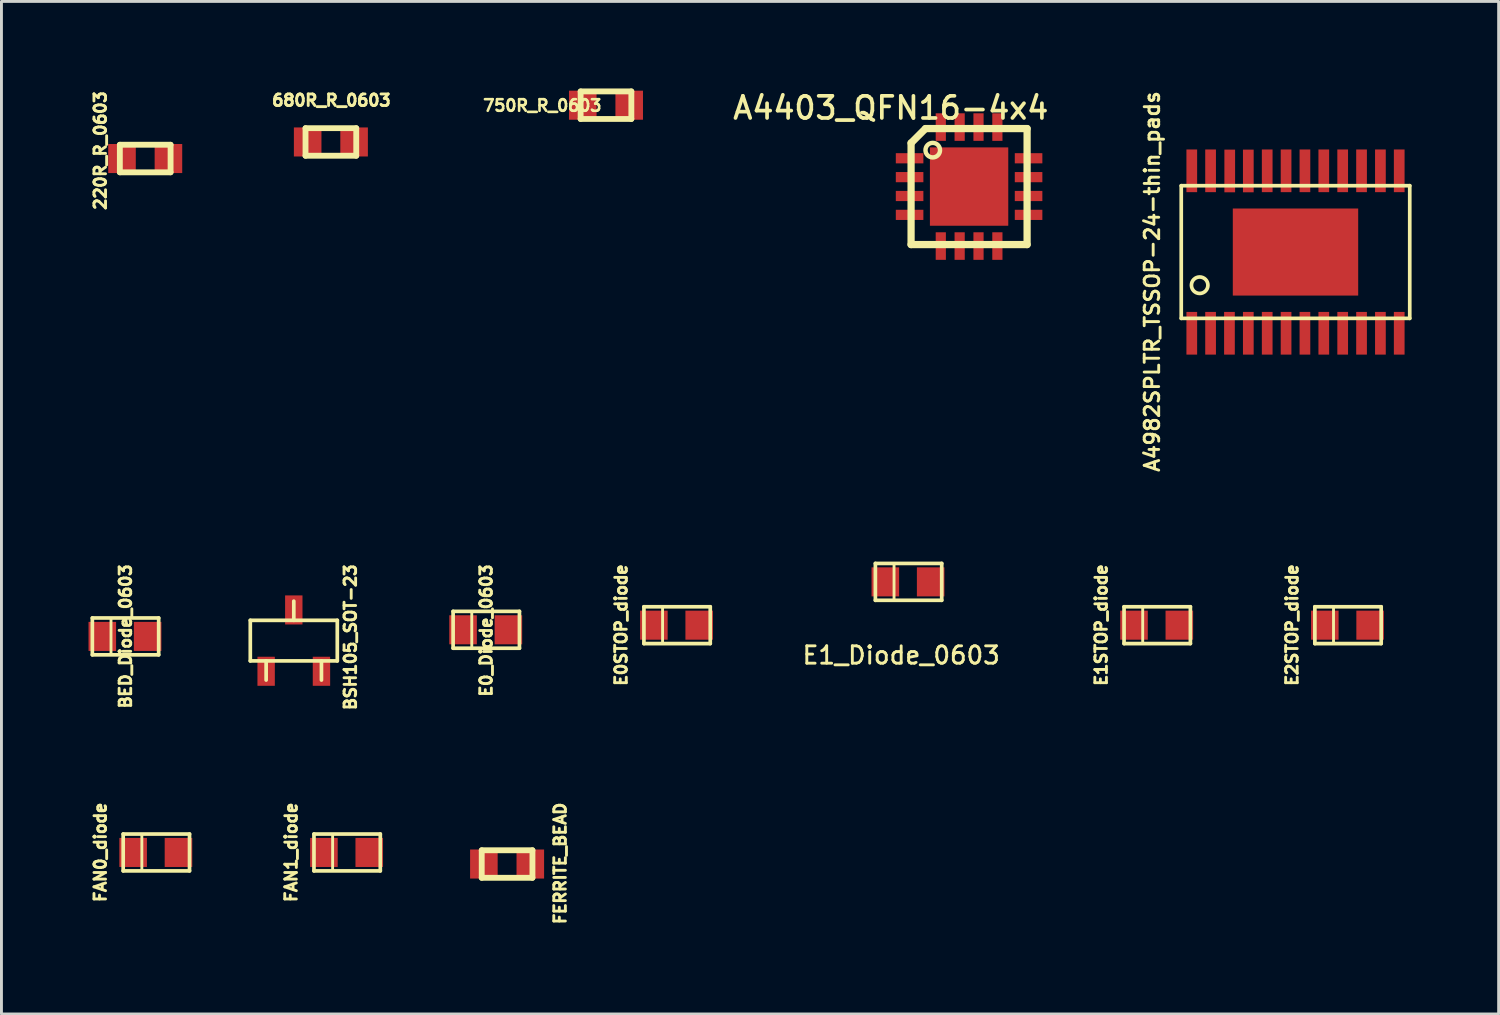
<source format=kicad_pcb>
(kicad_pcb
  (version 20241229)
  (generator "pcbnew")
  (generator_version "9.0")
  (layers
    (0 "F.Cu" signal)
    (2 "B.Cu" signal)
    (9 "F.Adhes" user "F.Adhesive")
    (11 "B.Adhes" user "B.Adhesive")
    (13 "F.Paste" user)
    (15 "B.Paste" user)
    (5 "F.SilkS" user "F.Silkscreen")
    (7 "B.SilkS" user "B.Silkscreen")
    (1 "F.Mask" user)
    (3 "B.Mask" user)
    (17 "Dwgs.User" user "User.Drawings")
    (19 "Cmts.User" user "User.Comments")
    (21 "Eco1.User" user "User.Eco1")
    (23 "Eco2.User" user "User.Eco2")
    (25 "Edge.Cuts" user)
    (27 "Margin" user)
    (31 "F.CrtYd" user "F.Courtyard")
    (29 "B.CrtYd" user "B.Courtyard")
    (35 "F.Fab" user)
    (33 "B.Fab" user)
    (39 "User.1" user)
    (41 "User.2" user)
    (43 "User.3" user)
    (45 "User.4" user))
  (footprint "E1STOP_diode"
    (layer "F.Cu")
    (at 36.827 18.493)
    (property "Reference" "E1STOP_diode" (at -1.93 -0.003 90) (layer "F.SilkS") (effects (font (size 0.399 0.399) (thickness 0.099))))
    (attr smd)
    (fp_line (start -1.143 -0.635) (end 1.143 -0.635) (stroke (width 0.127) (type solid)) (layer "F.SilkS"))
    (fp_line (start -1.143 0.635) (end -1.143 -0.635) (stroke (width 0.127) (type solid)) (layer "F.SilkS"))
    (fp_line (start -0.5 -0.599) (end -0.5 0.599) (stroke (width 0.099) (type solid)) (layer "F.SilkS"))
    (fp_line (start 1.143 -0.635) (end 1.143 0.635) (stroke (width 0.127) (type solid)) (layer "F.SilkS"))
    (fp_line (start 1.143 0.635) (end -1.143 0.635) (stroke (width 0.127) (type solid)) (layer "F.SilkS"))
    (pad "1" smd rect (at 0.762 0) (size 0.95 1.001) (layers "F.Cu" "F.Mask" "F.Paste"))
    (pad "2" smd rect (at -0.8 0) (size 0.95 1.001) (layers "F.Cu" "F.Mask" "F.Paste")))
  (footprint "FAN0_diode"
    (layer "F.Cu")
    (at 2.338 26.325)
    (property "Reference" "FAN0_diode" (at -1.93 -0.003 90) (layer "F.SilkS") (effects (font (size 0.399 0.399) (thickness 0.099))))
    (attr smd)
    (fp_line (start -1.143 -0.635) (end 1.143 -0.635) (stroke (width 0.127) (type solid)) (layer "F.SilkS"))
    (fp_line (start -1.143 0.635) (end -1.143 -0.635) (stroke (width 0.127) (type solid)) (layer "F.SilkS"))
    (fp_line (start -0.5 -0.599) (end -0.5 0.599) (stroke (width 0.099) (type solid)) (layer "F.SilkS"))
    (fp_line (start 1.143 -0.635) (end 1.143 0.635) (stroke (width 0.127) (type solid)) (layer "F.SilkS"))
    (fp_line (start 1.143 0.635) (end -1.143 0.635) (stroke (width 0.127) (type solid)) (layer "F.SilkS"))
    (pad "1" smd rect (at 0.762 0) (size 0.95 1.001) (layers "F.Cu" "F.Mask" "F.Paste"))
    (pad "2" smd rect (at -0.8 0) (size 0.95 1.001) (layers "F.Cu" "F.Mask" "F.Paste")))
  (footprint "A4403_QFN16-4x4"
    (layer "F.Cu")
    (at 30.344 3.379)
    (property "Reference" "A4403_QFN16-4x4" (at -2.698 -2.71 0) (layer "F.SilkS") (effects (font (size 0.762 0.762) (thickness 0.127))))
    (attr smd)
    (fp_line (start -1.999 -1.501) (end -1.999 1.999) (stroke (width 0.249) (type solid)) (layer "F.SilkS"))
    (fp_line (start -1.501 -1.999) (end -1.999 -1.501) (stroke (width 0.249) (type solid)) (layer "F.SilkS"))
    (fp_line (start 1.999 -1.999) (end -1.501 -1.999) (stroke (width 0.249) (type solid)) (layer "F.SilkS"))
    (fp_line (start 1.999 -1.999) (end 1.999 1.999) (stroke (width 0.249) (type solid)) (layer "F.SilkS"))
    (fp_line (start 1.999 1.999) (end -1.999 1.999) (stroke (width 0.249) (type solid)) (layer "F.SilkS"))
    (fp_circle (center -1.252 -1.255) (end -1.252 -1.506) (stroke (width 0.152) (type solid)) (fill no) (layer "F.SilkS"))
    (pad "1" smd rect (at -2.05 -0.975) (size 0.95 0.351) (layers "F.Cu" "F.Mask" "F.Paste"))
    (pad "2" smd rect (at -2.05 -0.325) (size 0.95 0.351) (layers "F.Cu" "F.Mask" "F.Paste"))
    (pad "3" smd rect (at -2.05 0.325) (size 0.95 0.351) (layers "F.Cu" "F.Mask" "F.Paste"))
    (pad "4" smd rect (at -2.05 0.975) (size 0.95 0.351) (layers "F.Cu" "F.Mask" "F.Paste"))
    (pad "5" smd rect (at -0.975 2.05) (size 0.351 0.95) (layers "F.Cu" "F.Mask" "F.Paste"))
    (pad "6" smd rect (at -0.325 2.05) (size 0.351 0.95) (layers "F.Cu" "F.Mask" "F.Paste"))
    (pad "7" smd rect (at 0.325 2.05) (size 0.351 0.95) (layers "F.Cu" "F.Mask" "F.Paste"))
    (pad "8" smd rect (at 0.975 2.05) (size 0.351 0.95) (layers "F.Cu" "F.Mask" "F.Paste"))
    (pad "9" smd rect (at 2.05 0.975) (size 0.95 0.351) (layers "F.Cu" "F.Mask" "F.Paste"))
    (pad "10" smd rect (at 2.05 0.325) (size 0.95 0.351) (layers "F.Cu" "F.Mask" "F.Paste"))
    (pad "11" smd rect (at 2.05 -0.325) (size 0.95 0.351) (layers "F.Cu" "F.Mask" "F.Paste"))
    (pad "12" smd rect (at 2.05 -0.975) (size 0.95 0.351) (layers "F.Cu" "F.Mask" "F.Paste"))
    (pad "13" smd rect (at 0.975 -2.05) (size 0.351 0.95) (layers "F.Cu" "F.Mask" "F.Paste"))
    (pad "14" smd rect (at 0.325 -2.05) (size 0.351 0.95) (layers "F.Cu" "F.Mask" "F.Paste"))
    (pad "15" smd rect (at -0.325 -2.05) (size 0.351 0.95) (layers "F.Cu" "F.Mask" "F.Paste"))
    (pad "16" smd rect (at -0.975 -2.05) (size 0.351 0.95) (layers "F.Cu" "F.Mask" "F.Paste"))
    (pad "17" smd rect (at 0 0) (size 2.7 2.7) (layers "F.Cu" "F.Mask" "F.Paste")))
  (footprint "E1_Diode_0603"
    (layer "F.Cu")
    (at 28.258 17.001)
    (property "Reference" "E1_Diode_0603" (at -0.254 2.53 0) (layer "F.SilkS") (effects (font (size 0.599 0.599) (thickness 0.099))))
    (attr smd)
    (fp_line (start -1.143 -0.635) (end 1.143 -0.635) (stroke (width 0.127) (type solid)) (layer "F.SilkS"))
    (fp_line (start -1.143 0.635) (end -1.143 -0.635) (stroke (width 0.127) (type solid)) (layer "F.SilkS"))
    (fp_line (start -0.5 -0.599) (end -0.5 0.599) (stroke (width 0.099) (type solid)) (layer "F.SilkS"))
    (fp_line (start 1.143 -0.635) (end 1.143 0.635) (stroke (width 0.127) (type solid)) (layer "F.SilkS"))
    (fp_line (start 1.143 0.635) (end -1.143 0.635) (stroke (width 0.127) (type solid)) (layer "F.SilkS"))
    (pad "1" smd rect (at 0.762 0) (size 0.95 1.001) (layers "F.Cu" "F.Mask" "F.Paste"))
    (pad "2" smd rect (at -0.8 0) (size 0.95 1.001) (layers "F.Cu" "F.Mask" "F.Paste")))
  (footprint "FAN1_diode"
    (layer "F.Cu")
    (at 8.912 26.325)
    (property "Reference" "FAN1_diode" (at -1.93 -0.003 90) (layer "F.SilkS") (effects (font (size 0.399 0.399) (thickness 0.099))))
    (attr smd)
    (fp_line (start -1.143 -0.635) (end 1.143 -0.635) (stroke (width 0.127) (type solid)) (layer "F.SilkS"))
    (fp_line (start -1.143 0.635) (end -1.143 -0.635) (stroke (width 0.127) (type solid)) (layer "F.SilkS"))
    (fp_line (start -0.5 -0.599) (end -0.5 0.599) (stroke (width 0.099) (type solid)) (layer "F.SilkS"))
    (fp_line (start 1.143 -0.635) (end 1.143 0.635) (stroke (width 0.127) (type solid)) (layer "F.SilkS"))
    (fp_line (start 1.143 0.635) (end -1.143 0.635) (stroke (width 0.127) (type solid)) (layer "F.SilkS"))
    (pad "1" smd rect (at 0.762 0) (size 0.95 1.001) (layers "F.Cu" "F.Mask" "F.Paste"))
    (pad "2" smd rect (at -0.8 0) (size 0.95 1.001) (layers "F.Cu" "F.Mask" "F.Paste")))
  (footprint "E0_Diode_0603"
    (layer "F.Cu")
    (at 13.707 18.652)
    (property "Reference" "E0_Diode_0603" (at -0.005 0.025 90) (layer "F.SilkS") (effects (font (size 0.4 0.4) (thickness 0.099))))
    (attr smd)
    (fp_line (start -1.143 -0.635) (end 1.143 -0.635) (stroke (width 0.127) (type solid)) (layer "F.SilkS"))
    (fp_line (start -1.143 0.635) (end -1.143 -0.635) (stroke (width 0.127) (type solid)) (layer "F.SilkS"))
    (fp_line (start -0.5 -0.599) (end -0.5 0.599) (stroke (width 0.099) (type solid)) (layer "F.SilkS"))
    (fp_line (start 1.143 -0.635) (end 1.143 0.635) (stroke (width 0.127) (type solid)) (layer "F.SilkS"))
    (fp_line (start 1.143 0.635) (end -1.143 0.635) (stroke (width 0.127) (type solid)) (layer "F.SilkS"))
    (pad "1" smd rect (at 0.762 0) (size 0.95 1.001) (layers "F.Cu" "F.Mask" "F.Paste"))
    (pad "2" smd rect (at -0.8 0) (size 0.95 1.001) (layers "F.Cu" "F.Mask" "F.Paste")))
  (footprint "E2STOP_diode"
    (layer "F.Cu")
    (at 43.402 18.493)
    (property "Reference" "E2STOP_diode" (at -1.93 -0.003 90) (layer "F.SilkS") (effects (font (size 0.399 0.399) (thickness 0.099))))
    (attr smd)
    (fp_line (start -1.143 -0.635) (end 1.143 -0.635) (stroke (width 0.127) (type solid)) (layer "F.SilkS"))
    (fp_line (start -1.143 0.635) (end -1.143 -0.635) (stroke (width 0.127) (type solid)) (layer "F.SilkS"))
    (fp_line (start -0.5 -0.599) (end -0.5 0.599) (stroke (width 0.099) (type solid)) (layer "F.SilkS"))
    (fp_line (start 1.143 -0.635) (end 1.143 0.635) (stroke (width 0.127) (type solid)) (layer "F.SilkS"))
    (fp_line (start 1.143 0.635) (end -1.143 0.635) (stroke (width 0.127) (type solid)) (layer "F.SilkS"))
    (pad "1" smd rect (at 0.762 0) (size 0.95 1.001) (layers "F.Cu" "F.Mask" "F.Paste"))
    (pad "2" smd rect (at -0.8 0) (size 0.95 1.001) (layers "F.Cu" "F.Mask" "F.Paste")))
  (footprint "E0STOP_diode"
    (layer "F.Cu")
    (at 20.282 18.493)
    (property "Reference" "E0STOP_diode" (at -1.93 -0.003 90) (layer "F.SilkS") (effects (font (size 0.399 0.399) (thickness 0.099))))
    (attr smd)
    (fp_line (start -1.143 -0.635) (end 1.143 -0.635) (stroke (width 0.127) (type solid)) (layer "F.SilkS"))
    (fp_line (start -1.143 0.635) (end -1.143 -0.635) (stroke (width 0.127) (type solid)) (layer "F.SilkS"))
    (fp_line (start -0.5 -0.599) (end -0.5 0.599) (stroke (width 0.099) (type solid)) (layer "F.SilkS"))
    (fp_line (start 1.143 -0.635) (end 1.143 0.635) (stroke (width 0.127) (type solid)) (layer "F.SilkS"))
    (fp_line (start 1.143 0.635) (end -1.143 0.635) (stroke (width 0.127) (type solid)) (layer "F.SilkS"))
    (pad "1" smd rect (at 0.762 0) (size 0.95 1.001) (layers "F.Cu" "F.Mask" "F.Paste"))
    (pad "2" smd rect (at -0.8 0) (size 0.95 1.001) (layers "F.Cu" "F.Mask" "F.Paste")))
  (footprint "750R_R_0603"
    (layer "F.Cu")
    (at 17.832 0.575)
    (property "Reference" "750R_R_0603" (at -2.195 0.012 0) (layer "F.SilkS") (effects (font (size 0.399 0.399) (thickness 0.09))))
    (attr smd)
    (fp_line (start -0.874 -0.475) (end 0.874 -0.475) (stroke (width 0.201) (type solid)) (layer "F.SilkS"))
    (fp_line (start -0.874 0.475) (end -0.874 -0.475) (stroke (width 0.201) (type solid)) (layer "F.SilkS"))
    (fp_line (start 0.874 -0.475) (end 0.874 0.475) (stroke (width 0.201) (type solid)) (layer "F.SilkS"))
    (fp_line (start 0.874 0.475) (end -0.874 0.475) (stroke (width 0.201) (type solid)) (layer "F.SilkS"))
    (pad "1" smd rect (at -0.8 0) (size 0.95 1.001) (layers "F.Cu" "F.Mask" "F.Paste"))
    (pad "2" smd rect (at 0.8 0) (size 0.95 1.001) (layers "F.Cu" "F.Mask" "F.Paste")))
  (footprint "220R_R_0603"
    (layer "F.Cu")
    (at 1.954 2.413)
    (property "Reference" "220R_R_0603" (at -1.547 -0.273 90) (layer "F.SilkS") (effects (font (size 0.399 0.399) (thickness 0.099))))
    (attr smd)
    (fp_line (start -0.874 -0.475) (end 0.874 -0.475) (stroke (width 0.201) (type solid)) (layer "F.SilkS"))
    (fp_line (start -0.874 0.475) (end -0.874 -0.475) (stroke (width 0.201) (type solid)) (layer "F.SilkS"))
    (fp_line (start 0.874 -0.475) (end 0.874 0.475) (stroke (width 0.201) (type solid)) (layer "F.SilkS"))
    (fp_line (start 0.874 0.475) (end -0.874 0.475) (stroke (width 0.201) (type solid)) (layer "F.SilkS"))
    (pad "1" smd rect (at -0.8 0) (size 0.95 1.001) (layers "F.Cu" "F.Mask" "F.Paste"))
    (pad "2" smd rect (at 0.8 0) (size 0.95 1.001) (layers "F.Cu" "F.Mask" "F.Paste")))
  (footprint "680R_R_0603"
    (layer "F.Cu")
    (at 8.352 1.842)
    (property "Reference" "680R_R_0603" (at 0.017 -1.435 0) (layer "F.SilkS") (effects (font (size 0.399 0.399) (thickness 0.099))))
    (attr smd)
    (fp_line (start -0.874 -0.475) (end 0.874 -0.475) (stroke (width 0.201) (type solid)) (layer "F.SilkS"))
    (fp_line (start -0.874 0.475) (end -0.874 -0.475) (stroke (width 0.201) (type solid)) (layer "F.SilkS"))
    (fp_line (start 0.874 -0.475) (end 0.874 0.475) (stroke (width 0.201) (type solid)) (layer "F.SilkS"))
    (fp_line (start 0.874 0.475) (end -0.874 0.475) (stroke (width 0.201) (type solid)) (layer "F.SilkS"))
    (pad "1" smd rect (at -0.8 0) (size 0.95 1.001) (layers "F.Cu" "F.Mask" "F.Paste"))
    (pad "2" smd rect (at 0.8 0) (size 0.95 1.001) (layers "F.Cu" "F.Mask" "F.Paste")))
  (footprint "BED_Diode_0603"
    (layer "F.Cu")
    (at 1.275 18.88)
    (property "Reference" "BED_Diode_0603" (at 0 0 90) (layer "F.SilkS") (effects (font (size 0.399 0.399) (thickness 0.099))))
    (attr smd)
    (fp_line (start -1.143 -0.635) (end 1.143 -0.635) (stroke (width 0.127) (type solid)) (layer "F.SilkS"))
    (fp_line (start -1.143 0.635) (end -1.143 -0.635) (stroke (width 0.127) (type solid)) (layer "F.SilkS"))
    (fp_line (start -0.5 -0.599) (end -0.5 0.599) (stroke (width 0.099) (type solid)) (layer "F.SilkS"))
    (fp_line (start 1.143 -0.635) (end 1.143 0.635) (stroke (width 0.127) (type solid)) (layer "F.SilkS"))
    (fp_line (start 1.143 0.635) (end -1.143 0.635) (stroke (width 0.127) (type solid)) (layer "F.SilkS"))
    (pad "1" smd rect (at 0.762 0) (size 0.95 1.001) (layers "F.Cu" "F.Mask" "F.Paste"))
    (pad "2" smd rect (at -0.8 0) (size 0.95 1.001) (layers "F.Cu" "F.Mask" "F.Paste")))
  (footprint "FERRITE_BEAD"
    (layer "F.Cu")
    (at 14.424 26.724)
    (property "Reference" "FERRITE_BEAD" (at 1.829 -0.022 90) (layer "F.SilkS") (effects (font (size 0.399 0.399) (thickness 0.099))))
    (attr smd)
    (fp_line (start -0.874 -0.475) (end 0.874 -0.475) (stroke (width 0.201) (type solid)) (layer "F.SilkS"))
    (fp_line (start -0.874 0.475) (end -0.874 -0.475) (stroke (width 0.201) (type solid)) (layer "F.SilkS"))
    (fp_line (start 0.874 -0.475) (end 0.874 0.475) (stroke (width 0.201) (type solid)) (layer "F.SilkS"))
    (fp_line (start 0.874 0.475) (end -0.874 0.475) (stroke (width 0.201) (type solid)) (layer "F.SilkS"))
    (pad "1" smd rect (at -0.8 0) (size 0.95 1.001) (layers "F.Cu" "F.Mask" "F.Paste"))
    (pad "2" smd rect (at 0.8 0) (size 0.95 1.001) (layers "F.Cu" "F.Mask" "F.Paste")))
  (footprint "BSH105_SOT-23"
    (layer "F.Cu")
    (at 7.074 19.025)
    (property "Reference" "BSH105_SOT-23" (at 1.951 -0.117 90) (layer "F.SilkS") (effects (font (size 0.399 0.399) (thickness 0.099))))
    (attr smd)
    (fp_line (start -1.499 -0.699) (end 1.499 -0.699) (stroke (width 0.127) (type solid)) (layer "F.SilkS"))
    (fp_line (start -1.499 0.699) (end -1.499 -0.699) (stroke (width 0.127) (type solid)) (layer "F.SilkS"))
    (fp_line (start -0.953 0.699) (end -0.953 1.359) (stroke (width 0.127) (type solid)) (layer "F.SilkS"))
    (fp_line (start 0 -0.699) (end 0 -1.359) (stroke (width 0.127) (type solid)) (layer "F.SilkS"))
    (fp_line (start 0.953 0.699) (end 0.953 1.359) (stroke (width 0.127) (type solid)) (layer "F.SilkS"))
    (fp_line (start 1.499 -0.699) (end 1.499 0.699) (stroke (width 0.127) (type solid)) (layer "F.SilkS"))
    (fp_line (start 1.499 0.699) (end -1.499 0.699) (stroke (width 0.127) (type solid)) (layer "F.SilkS"))
    (pad "D" smd rect (at 0 -1.057) (size 0.599 1.001) (layers "F.Cu" "F.Mask" "F.Paste"))
    (pad "G" smd rect (at -0.953 1.057) (size 0.599 1.001) (layers "F.Cu" "F.Mask" "F.Paste"))
    (pad "S" smd rect (at 0.953 1.057) (size 0.599 1.001) (layers "F.Cu" "F.Mask" "F.Paste")))
  (footprint "A4982SPLTR_TSSOP-24-thin_pads"
    (layer "F.Cu")
    (at 41.592 5.635)
    (property "Reference" "A4982SPLTR_TSSOP-24-thin_pads" (at -4.94 1.016 90) (layer "F.SilkS") (effects (font (size 0.5 0.5) (thickness 0.099))))
    (attr smd)
    (fp_line (start -3.937 -2.286) (end -3.937 2.286) (stroke (width 0.127) (type solid)) (layer "F.SilkS"))
    (fp_line (start -3.937 2.286) (end 3.937 2.286) (stroke (width 0.127) (type solid)) (layer "F.SilkS"))
    (fp_line (start 3.937 -2.286) (end -3.937 -2.286) (stroke (width 0.127) (type solid)) (layer "F.SilkS"))
    (fp_line (start 3.937 2.286) (end 3.937 -2.286) (stroke (width 0.127) (type solid)) (layer "F.SilkS"))
    (fp_circle (center -3.302 1.143) (end -3.429 1.397) (stroke (width 0.127) (type solid)) (fill no) (layer "F.SilkS"))
    (pad "1" smd rect (at -3.574 2.799) (size 0.369 1.471) (layers "F.Cu" "F.Mask" "F.Paste"))
    (pad "2" smd rect (at -2.926 2.799) (size 0.369 1.471) (layers "F.Cu" "F.Mask" "F.Paste"))
    (pad "3" smd rect (at -2.276 2.799) (size 0.369 1.471) (layers "F.Cu" "F.Mask" "F.Paste"))
    (pad "4" smd rect (at -1.626 2.799) (size 0.369 1.471) (layers "F.Cu" "F.Mask" "F.Paste"))
    (pad "5" smd rect (at -0.975 2.799) (size 0.369 1.471) (layers "F.Cu" "F.Mask" "F.Paste"))
    (pad "6" smd rect (at -0.325 2.799) (size 0.369 1.471) (layers "F.Cu" "F.Mask" "F.Paste"))
    (pad "7" smd rect (at 0.325 2.799) (size 0.369 1.471) (layers "F.Cu" "F.Mask" "F.Paste"))
    (pad "8" smd rect (at 0.975 2.799) (size 0.369 1.471) (layers "F.Cu" "F.Mask" "F.Paste"))
    (pad "9" smd rect (at 1.626 2.799) (size 0.369 1.471) (layers "F.Cu" "F.Mask" "F.Paste"))
    (pad "10" smd rect (at 2.276 2.799) (size 0.369 1.471) (layers "F.Cu" "F.Mask" "F.Paste"))
    (pad "11" smd rect (at 2.926 2.799) (size 0.369 1.471) (layers "F.Cu" "F.Mask" "F.Paste"))
    (pad "12" smd rect (at 3.574 2.799) (size 0.369 1.471) (layers "F.Cu" "F.Mask" "F.Paste"))
    (pad "13" smd rect (at 3.574 -2.799) (size 0.369 1.471) (layers "F.Cu" "F.Mask" "F.Paste"))
    (pad "14" smd rect (at 2.926 -2.799) (size 0.369 1.471) (layers "F.Cu" "F.Mask" "F.Paste"))
    (pad "15" smd rect (at 2.276 -2.799) (size 0.369 1.471) (layers "F.Cu" "F.Mask" "F.Paste"))
    (pad "16" smd rect (at 1.626 -2.799) (size 0.369 1.471) (layers "F.Cu" "F.Mask" "F.Paste"))
    (pad "17" smd rect (at 0.975 -2.799) (size 0.369 1.471) (layers "F.Cu" "F.Mask" "F.Paste"))
    (pad "18" smd rect (at 0.325 -2.799) (size 0.369 1.471) (layers "F.Cu" "F.Mask" "F.Paste"))
    (pad "19" smd rect (at -0.325 -2.799) (size 0.369 1.471) (layers "F.Cu" "F.Mask" "F.Paste"))
    (pad "20" smd rect (at -0.975 -2.799) (size 0.369 1.471) (layers "F.Cu" "F.Mask" "F.Paste"))
    (pad "21" smd rect (at -1.626 -2.794) (size 0.369 1.471) (layers "F.Cu" "F.Mask" "F.Paste"))
    (pad "22" smd rect (at -2.266 -2.794) (size 0.369 1.471) (layers "F.Cu" "F.Mask" "F.Paste"))
    (pad "23" smd rect (at -2.926 -2.799) (size 0.369 1.471) (layers "F.Cu" "F.Mask" "F.Paste"))
    (pad "24" smd rect (at -3.574 -2.799) (size 0.369 1.471) (layers "F.Cu" "F.Mask" "F.Paste"))
    (pad "25" smd rect (at 0 0) (size 4.321 3) (layers "F.Cu" "F.Mask" "F.Paste")))
  (gr_rect
    (start -3 -3)
    (end 48.592 31.89)
    (stroke (width 0.1) (type default))
    (fill no)
    (layer "Edge.Cuts")))
</source>
